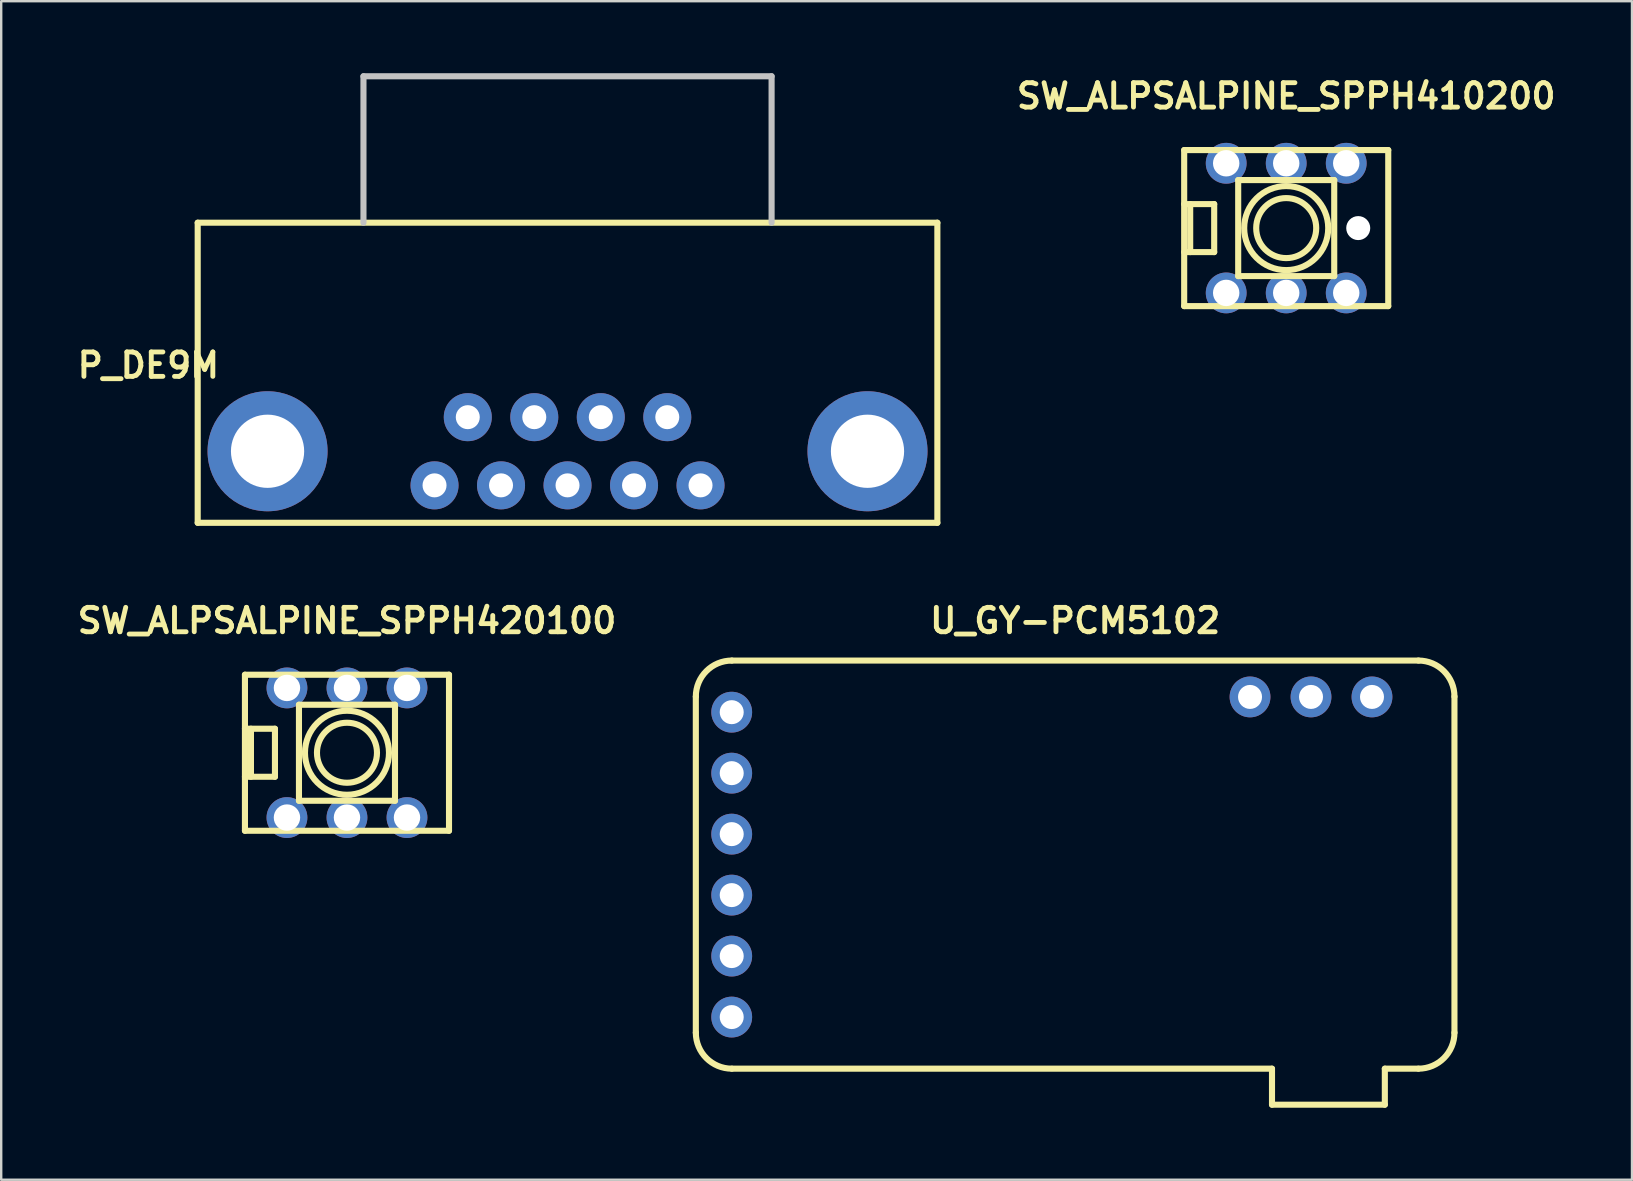
<source format=kicad_pcb>
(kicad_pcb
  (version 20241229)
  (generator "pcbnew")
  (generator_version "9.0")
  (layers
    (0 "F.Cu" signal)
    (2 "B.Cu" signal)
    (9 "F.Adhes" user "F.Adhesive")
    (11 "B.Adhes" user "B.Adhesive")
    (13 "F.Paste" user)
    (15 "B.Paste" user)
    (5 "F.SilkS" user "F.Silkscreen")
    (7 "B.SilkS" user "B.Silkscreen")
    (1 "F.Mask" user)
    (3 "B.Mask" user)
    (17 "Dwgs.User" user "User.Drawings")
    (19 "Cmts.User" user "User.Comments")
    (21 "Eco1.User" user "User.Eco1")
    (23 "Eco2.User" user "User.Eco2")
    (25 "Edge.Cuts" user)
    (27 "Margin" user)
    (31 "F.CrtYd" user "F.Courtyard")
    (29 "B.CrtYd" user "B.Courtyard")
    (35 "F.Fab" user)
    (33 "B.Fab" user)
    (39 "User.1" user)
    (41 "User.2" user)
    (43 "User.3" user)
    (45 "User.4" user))
  (footprint "SW_ALPSALPINE_SPPH410200"
    (layer "F.Cu")
    (at 50.526 6.451)
    (property "Reference" "SW_ALPSALPINE_SPPH410200" (at 0 -5.5 0) (unlocked yes) (layer "F.SilkS") (effects (font (size 1.016 1.016) (thickness 0.203))))
    (property "Value" "${VALUE}" (at 0 5.25 0) (unlocked yes) (layer "F.SilkS") (hide yes) (effects (font (size 1.016 1.016) (thickness 0.203))))
    (attr through_hole)
    (fp_line (start -4.25 -3.25) (end -4.25 3.25) (stroke (width 0.254) (type solid)) (layer "F.SilkS"))
    (fp_line (start -4.25 -3.25) (end 4.25 -3.25) (stroke (width 0.254) (type solid)) (layer "F.SilkS"))
    (fp_line (start -4.25 -1) (end -3 -1) (stroke (width 0.254) (type solid)) (layer "F.SilkS"))
    (fp_line (start -4.25 3.25) (end 4.25 3.25) (stroke (width 0.254) (type solid)) (layer "F.SilkS"))
    (fp_line (start -4 1) (end -4 -1) (stroke (width 0.254) (type solid)) (layer "F.SilkS"))
    (fp_line (start -3 -1) (end -3 1) (stroke (width 0.254) (type solid)) (layer "F.SilkS"))
    (fp_line (start -3 1) (end -4.25 1) (stroke (width 0.254) (type solid)) (layer "F.SilkS"))
    (fp_line (start -2 -2) (end 2 -2) (stroke (width 0.254) (type solid)) (layer "F.SilkS"))
    (fp_line (start -2 2) (end -2 -2) (stroke (width 0.254) (type solid)) (layer "F.SilkS"))
    (fp_line (start 2 -2) (end 2 2) (stroke (width 0.254) (type solid)) (layer "F.SilkS"))
    (fp_line (start 2 2) (end -2 2) (stroke (width 0.254) (type solid)) (layer "F.SilkS"))
    (fp_line (start 4.25 -3.25) (end 4.25 3.25) (stroke (width 0.254) (type solid)) (layer "F.SilkS"))
    (fp_circle (center 0 0) (end 1.25 0) (stroke (width 0.254) (type solid)) (fill no) (layer "F.SilkS"))
    (fp_circle (center 0 0) (end 1.75 0) (stroke (width 0.254) (type solid)) (fill no) (layer "F.SilkS"))
    (pad "" np_thru_hole circle (at 3 0) (size 1 1) (drill 1.2) (layers "*.Cu" "*.Mask"))
    (pad "1" thru_hole circle (at -2.5 2.7) (size 1.7 1.7) (drill 1.1) (layers "*.Cu" "*.Mask"))
    (pad "2" thru_hole circle (at 0 2.7) (size 1.7 1.7) (drill 1.1) (layers "*.Cu" "*.Mask"))
    (pad "3" thru_hole circle (at 2.5 2.7) (size 1.7 1.7) (drill 1.1) (layers "*.Cu" "*.Mask"))
    (pad "4" thru_hole circle (at -2.5 -2.7) (size 1.7 1.7) (drill 1.1) (layers "*.Cu" "*.Mask"))
    (pad "5" thru_hole circle (at 0 -2.7) (size 1.7 1.7) (drill 1.1) (layers "*.Cu" "*.Mask"))
    (pad "6" thru_hole circle (at 2.5 -2.7) (size 1.7 1.7) (drill 1.1) (layers "*.Cu" "*.Mask")))
  (footprint "U_GY-PCM5102"
    (layer "F.Cu")
    (at 41.734 32.965)
    (property "Reference" "U_GY-PCM5102" (at 0 -10.16 0) (layer "F.SilkS") (effects (font (size 1.016 1.016) (thickness 0.203))))
    (property "Value" "${VALUE}" (at 0 10.16 0) (layer "F.Fab") (hide yes) (effects (font (size 1.016 1.016) (thickness 0.203))))
    (attr through_hole)
    (fp_line (start -15.8 -7) (end -15.8 7) (stroke (width 0.254) (type solid)) (layer "F.SilkS"))
    (fp_line (start 8.2 8.5) (end -14.3 8.5) (stroke (width 0.254) (type solid)) (layer "F.SilkS"))
    (fp_line (start 8.2 10) (end 8.2 8.5) (stroke (width 0.254) (type solid)) (layer "F.SilkS"))
    (fp_line (start 12.9 8.5) (end 12.9 10) (stroke (width 0.254) (type solid)) (layer "F.SilkS"))
    (fp_line (start 12.9 8.5) (end 14.3 8.5) (stroke (width 0.254) (type solid)) (layer "F.SilkS"))
    (fp_line (start 12.9 10) (end 8.2 10) (stroke (width 0.254) (type solid)) (layer "F.SilkS"))
    (fp_line (start 14.3 -8.5) (end -14.3 -8.5) (stroke (width 0.254) (type solid)) (layer "F.SilkS"))
    (fp_line (start 15.8 7) (end 15.8 -7) (stroke (width 0.254) (type solid)) (layer "F.SilkS"))
    (fp_arc (start -15.8 -7) (mid -15.36066 -8.060659) (end -14.3 -8.5) (stroke (width 0.254) (type solid)) (layer "F.SilkS"))
    (fp_arc (start -14.3 8.5) (mid -15.360659 8.06066) (end -15.8 7) (stroke (width 0.254) (type solid)) (layer "F.SilkS"))
    (fp_arc (start 14.3 -8.5) (mid 15.360659 -8.06066) (end 15.8 -7) (stroke (width 0.254) (type solid)) (layer "F.SilkS"))
    (fp_arc (start 15.8 7) (mid 15.36066 8.060659) (end 14.3 8.5) (stroke (width 0.254) (type solid)) (layer "F.SilkS"))
    (pad "1" thru_hole circle (at -14.305 -6.35) (size 1.7 1.7) (drill 1) (layers "*.Cu" "*.Mask"))
    (pad "2" thru_hole circle (at -14.305 -3.81) (size 1.7 1.7) (drill 1) (layers "*.Cu" "*.Mask"))
    (pad "3" thru_hole circle (at -14.305 -1.27) (size 1.7 1.7) (drill 1) (layers "*.Cu" "*.Mask"))
    (pad "4" thru_hole circle (at -14.305 1.27) (size 1.7 1.7) (drill 1) (layers "*.Cu" "*.Mask"))
    (pad "5" thru_hole circle (at -14.305 3.81) (size 1.7 1.7) (drill 1) (layers "*.Cu" "*.Mask"))
    (pad "6" thru_hole circle (at -14.305 6.35) (size 1.7 1.7) (drill 1) (layers "*.Cu" "*.Mask"))
    (pad "7" thru_hole circle (at 12.365 -6.985) (size 1.7 1.7) (drill 1) (layers "*.Cu" "*.Mask"))
    (pad "8" thru_hole circle (at 9.825 -6.985) (size 1.7 1.7) (drill 1) (layers "*.Cu" "*.Mask"))
    (pad "9" thru_hole circle (at 7.285 -6.985) (size 1.7 1.7) (drill 1) (layers "*.Cu" "*.Mask")))
  (footprint "P_DE9M"
    (layer "F.Cu")
    (at 26.13 17.167)
    (property "Reference" "P_DE9M" (at -23 -5 0) (layer "F.SilkS") (effects (font (size 1.016 1.016) (thickness 0.203))))
    (property "Value" "${VALUE}" (at 12 -5 0) (layer "F.SilkS") (hide yes) (effects (font (size 1.016 0.914) (thickness 0.203) (italic yes))))
    (attr through_hole)
    (fp_line (start -20.945 -10.94) (end -20.945 1.56) (stroke (width 0.254) (type solid)) (layer "F.SilkS"))
    (fp_line (start -20.945 -10.94) (end 9.865 -10.94) (stroke (width 0.254) (type solid)) (layer "F.SilkS"))
    (fp_line (start -20.945 1.56) (end 9.865 1.56) (stroke (width 0.254) (type solid)) (layer "F.SilkS"))
    (fp_line (start 9.865 -10.94) (end 9.865 1.56) (stroke (width 0.254) (type solid)) (layer "F.SilkS"))
    (fp_line (start -14.04 -17.04) (end -14.04 -10.94) (stroke (width 0.254) (type solid)) (layer "Dwgs.User"))
    (fp_line (start -14.04 -17.04) (end 2.96 -17.04) (stroke (width 0.254) (type solid)) (layer "Dwgs.User"))
    (fp_line (start 2.96 -17.04) (end 2.96 -10.94) (stroke (width 0.254) (type solid)) (layer "Dwgs.User"))
    (pad "1" thru_hole circle (at 0 0) (size 2 2) (drill 1) (layers "*.Cu" "*.Mask"))
    (pad "2" thru_hole circle (at -2.77 0) (size 2 2) (drill 1) (layers "*.Cu" "*.Mask"))
    (pad "3" thru_hole circle (at -5.54 0) (size 2 2) (drill 1) (layers "*.Cu" "*.Mask"))
    (pad "4" thru_hole circle (at -8.31 0) (size 2 2) (drill 1) (layers "*.Cu" "*.Mask"))
    (pad "5" thru_hole circle (at -11.08 0) (size 2 2) (drill 1) (layers "*.Cu" "*.Mask"))
    (pad "6" thru_hole circle (at -1.385 -2.84) (size 2 2) (drill 1) (layers "*.Cu" "*.Mask"))
    (pad "7" thru_hole circle (at -4.155 -2.84) (size 2 2) (drill 1) (layers "*.Cu" "*.Mask"))
    (pad "8" thru_hole circle (at -6.925 -2.84) (size 2 2) (drill 1) (layers "*.Cu" "*.Mask"))
    (pad "9" thru_hole circle (at -9.695 -2.84) (size 2 2) (drill 1) (layers "*.Cu" "*.Mask"))
    (pad "10" thru_hole circle (at -18.035 -1.42) (size 5 5) (drill 3.05) (layers "*.Cu" "*.Mask"))
    (pad "11" thru_hole circle (at 6.955 -1.42) (size 5 5) (drill 3.05) (layers "*.Cu" "*.Mask")))
  (footprint "SW_ALPSALPINE_SPPH420100"
    (layer "F.Cu")
    (at 11.403 28.305)
    (property "Reference" "SW_ALPSALPINE_SPPH420100" (at 0 -5.5 0) (unlocked yes) (layer "F.SilkS") (effects (font (size 1.016 1.016) (thickness 0.203))))
    (property "Value" "${VALUE}" (at 0 5.25 0) (unlocked yes) (layer "F.SilkS") (hide yes) (effects (font (size 1.016 1.016) (thickness 0.203))))
    (attr through_hole)
    (fp_line (start -4.25 -3.25) (end -4.25 3.25) (stroke (width 0.254) (type solid)) (layer "F.SilkS"))
    (fp_line (start -4.25 -3.25) (end 4.25 -3.25) (stroke (width 0.254) (type solid)) (layer "F.SilkS"))
    (fp_line (start -4.25 -1) (end -3 -1) (stroke (width 0.254) (type solid)) (layer "F.SilkS"))
    (fp_line (start -4.25 3.25) (end 4.25 3.25) (stroke (width 0.254) (type solid)) (layer "F.SilkS"))
    (fp_line (start -4 1) (end -4 -1) (stroke (width 0.254) (type solid)) (layer "F.SilkS"))
    (fp_line (start -3 -1) (end -3 1) (stroke (width 0.254) (type solid)) (layer "F.SilkS"))
    (fp_line (start -3 1) (end -4.25 1) (stroke (width 0.254) (type solid)) (layer "F.SilkS"))
    (fp_line (start -2 -2) (end 2 -2) (stroke (width 0.254) (type solid)) (layer "F.SilkS"))
    (fp_line (start -2 2) (end -2 -2) (stroke (width 0.254) (type solid)) (layer "F.SilkS"))
    (fp_line (start 2 -2) (end 2 2) (stroke (width 0.254) (type solid)) (layer "F.SilkS"))
    (fp_line (start 2 2) (end -2 2) (stroke (width 0.254) (type solid)) (layer "F.SilkS"))
    (fp_line (start 4.25 -3.25) (end 4.25 3.25) (stroke (width 0.254) (type solid)) (layer "F.SilkS"))
    (fp_circle (center 0 0) (end 1.25 0) (stroke (width 0.254) (type solid)) (fill no) (layer "F.SilkS"))
    (fp_circle (center 0 0) (end 1.75 0) (stroke (width 0.254) (type solid)) (fill no) (layer "F.SilkS"))
    (pad "1" thru_hole circle (at -2.5 2.7) (size 1.7 1.7) (drill 1.1) (layers "*.Cu" "*.Mask"))
    (pad "2" thru_hole circle (at 0 2.7) (size 1.7 1.7) (drill 1.1) (layers "*.Cu" "*.Mask"))
    (pad "3" thru_hole circle (at 2.5 2.7) (size 1.7 1.7) (drill 1.1) (layers "*.Cu" "*.Mask"))
    (pad "4" thru_hole circle (at -2.5 -2.7) (size 1.7 1.7) (drill 1.1) (layers "*.Cu" "*.Mask"))
    (pad "5" thru_hole circle (at 0 -2.7) (size 1.7 1.7) (drill 1.1) (layers "*.Cu" "*.Mask"))
    (pad "6" thru_hole circle (at 2.5 -2.7) (size 1.7 1.7) (drill 1.1) (layers "*.Cu" "*.Mask")))
  (gr_rect
    (start -3 -3)
    (end 64.929 46.092)
    (stroke (width 0.1) (type default))
    (fill no)
    (layer "Edge.Cuts")))
</source>
